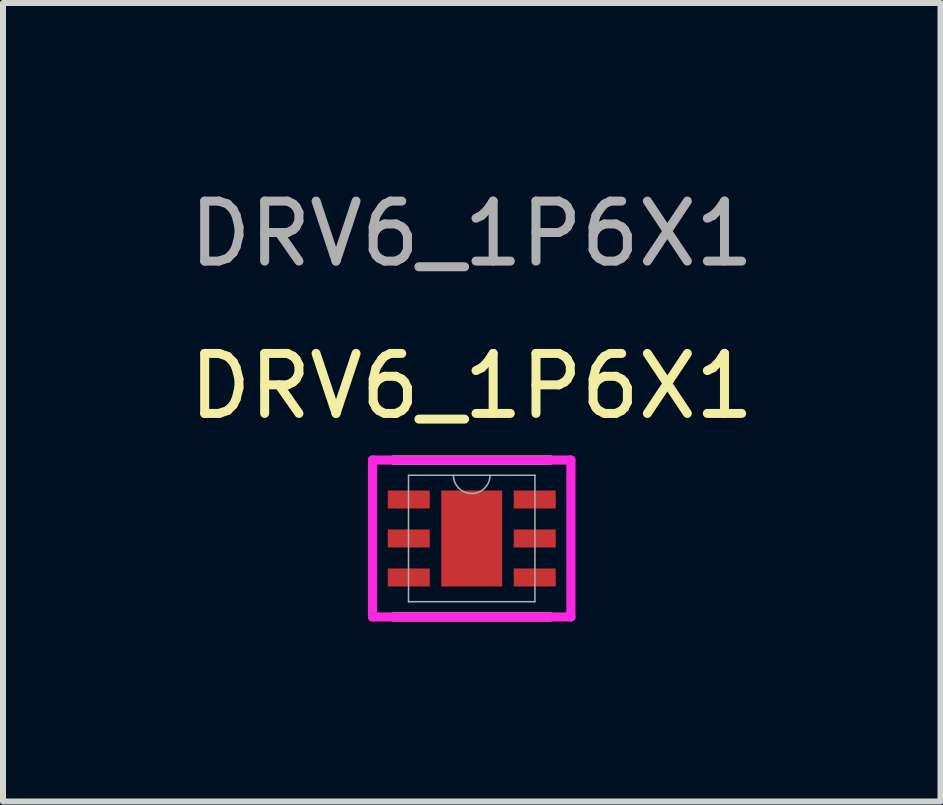
<source format=kicad_pcb>
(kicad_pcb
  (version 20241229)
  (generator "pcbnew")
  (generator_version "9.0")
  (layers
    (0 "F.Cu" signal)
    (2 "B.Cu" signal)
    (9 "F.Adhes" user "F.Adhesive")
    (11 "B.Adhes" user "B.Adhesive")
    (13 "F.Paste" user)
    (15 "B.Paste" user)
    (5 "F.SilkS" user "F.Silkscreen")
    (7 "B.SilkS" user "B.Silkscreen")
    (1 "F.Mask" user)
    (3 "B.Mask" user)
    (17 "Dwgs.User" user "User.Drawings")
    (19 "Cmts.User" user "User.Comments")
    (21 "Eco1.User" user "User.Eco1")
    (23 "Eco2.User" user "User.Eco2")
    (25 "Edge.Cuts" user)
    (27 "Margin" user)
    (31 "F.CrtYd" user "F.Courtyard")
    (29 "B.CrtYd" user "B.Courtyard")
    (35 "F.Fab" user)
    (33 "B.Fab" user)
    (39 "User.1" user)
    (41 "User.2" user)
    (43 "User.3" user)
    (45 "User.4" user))
  (footprint "DRV6_1P6X1"
    (layer "F.Cu")
    (at 4.815 5.928)
    (property "Reference" "DRV6_1P6X1" (at 0 -2.54 0) (unlocked yes) (layer "F.SilkS") (effects (font (size 1 1) (thickness 0.15))))
    (attr smd)
    (fp_poly (pts (xy -1.47 -0.87) (xy -1.47 -0.43) (xy -0.63 -0.43) (xy -0.63 -0.87)) (stroke (width 0) (type solid)) (fill yes) (layer "F.Mask"))
    (fp_poly (pts (xy -1.47 -0.22) (xy -1.47 0.22) (xy -0.63 0.22) (xy -0.63 -0.22)) (stroke (width 0) (type solid)) (fill yes) (layer "F.Mask"))
    (fp_poly (pts (xy -1.47 0.43) (xy -1.47 0.87) (xy -0.63 0.87) (xy -0.63 0.43)) (stroke (width 0) (type solid)) (fill yes) (layer "F.Mask"))
    (fp_poly (pts (xy -0.572 -0.864) (xy -0.2 -0.864) (xy -0.2 0.864) (xy -0.572 0.864)) (stroke (width 0) (type solid)) (fill yes) (layer "F.Mask"))
    (fp_poly (pts (xy -0.572 -0.864) (xy 0.572 -0.864) (xy 0.572 -0.594) (xy -0.572 -0.594)) (stroke (width 0) (type solid)) (fill yes) (layer "F.Mask"))
    (fp_poly (pts (xy -0.572 -0.194) (xy 0.572 -0.194) (xy 0.572 0.194) (xy -0.572 0.194)) (stroke (width 0) (type solid)) (fill yes) (layer "F.Mask"))
    (fp_poly (pts (xy -0.572 0.594) (xy 0.572 0.594) (xy 0.572 0.864) (xy -0.572 0.864)) (stroke (width 0) (type solid)) (fill yes) (layer "F.Mask"))
    (fp_poly (pts (xy 0.2 -0.864) (xy 0.572 -0.864) (xy 0.572 0.864) (xy 0.2 0.864)) (stroke (width 0) (type solid)) (fill yes) (layer "F.Mask"))
    (fp_poly (pts (xy 0.63 -0.87) (xy 0.63 -0.43) (xy 1.47 -0.43) (xy 1.47 -0.87)) (stroke (width 0) (type solid)) (fill yes) (layer "F.Mask"))
    (fp_poly (pts (xy 0.63 -0.22) (xy 0.63 0.22) (xy 1.47 0.22) (xy 1.47 -0.22)) (stroke (width 0) (type solid)) (fill yes) (layer "F.Mask"))
    (fp_poly (pts (xy 0.63 0.43) (xy 0.63 0.87) (xy 1.47 0.87) (xy 1.47 0.43)) (stroke (width 0) (type solid)) (fill yes) (layer "F.Mask"))
    (fp_line (start -1.308 1.308) (end 1.308 1.308) (stroke (width 0.152) (type solid)) (layer "F.SilkS"))
    (fp_line (start 1.308 -1.308) (end -1.308 -1.308) (stroke (width 0.152) (type solid)) (layer "F.SilkS"))
    (fp_poly (pts (xy -1.375 -0.775) (xy -1.375 -0.525) (xy -0.725 -0.525) (xy -0.725 -0.775)) (stroke (width 0) (type solid)) (fill yes) (layer "F.Paste"))
    (fp_poly (pts (xy -1.375 -0.125) (xy -1.375 0.125) (xy -0.725 0.125) (xy -0.725 -0.125)) (stroke (width 0) (type solid)) (fill yes) (layer "F.Paste"))
    (fp_poly (pts (xy -1.375 0.525) (xy -1.375 0.775) (xy -0.725 0.775) (xy -0.725 0.525)) (stroke (width 0) (type solid)) (fill yes) (layer "F.Paste"))
    (fp_poly (pts (xy 0.725 -0.775) (xy 0.725 -0.525) (xy 1.375 -0.525) (xy 1.375 -0.775)) (stroke (width 0) (type solid)) (fill yes) (layer "F.Paste"))
    (fp_poly (pts (xy 0.725 -0.125) (xy 0.725 0.125) (xy 1.375 0.125) (xy 1.375 -0.125)) (stroke (width 0) (type solid)) (fill yes) (layer "F.Paste"))
    (fp_poly (pts (xy 0.725 0.525) (xy 0.725 0.775) (xy 1.375 0.775) (xy 1.375 0.525)) (stroke (width 0) (type solid)) (fill yes) (layer "F.Paste"))
    (fp_poly (pts (xy -0.433 -0.725) (xy -0.433 -0.494) (xy -0.241 -0.494) (xy -0.1 -0.635) (xy -0.1 -0.725)) (stroke (width 0) (type solid)) (fill yes) (layer "F.Paste"))
    (fp_poly (pts (xy -0.433 0.494) (xy -0.433 0.725) (xy -0.1 0.725) (xy -0.1 0.635) (xy -0.241 0.494)) (stroke (width 0) (type solid)) (fill yes) (layer "F.Paste"))
    (fp_poly (pts (xy 0.1 -0.725) (xy 0.1 -0.635) (xy 0.241 -0.494) (xy 0.433 -0.494) (xy 0.433 -0.725)) (stroke (width 0) (type solid)) (fill yes) (layer "F.Paste"))
    (fp_poly (pts (xy 0.241 0.494) (xy 0.1 0.635) (xy 0.1 0.725) (xy 0.433 0.725) (xy 0.433 0.494)) (stroke (width 0) (type solid)) (fill yes) (layer "F.Paste"))
    (fp_poly (pts (xy -0.433 -0.294) (xy -0.433 0.294) (xy -0.241 0.294) (xy -0.1 0.152) (xy -0.1 -0.152) (xy -0.241 -0.294)) (stroke (width 0) (type solid)) (fill yes) (layer "F.Paste"))
    (fp_poly (pts (xy 0.241 -0.294) (xy 0.1 -0.152) (xy 0.1 0.152) (xy 0.241 0.294) (xy 0.433 0.294) (xy 0.433 -0.294)) (stroke (width 0) (type solid)) (fill yes) (layer "F.Paste"))
    (fp_line (start -1.654 -1.308) (end 1.654 -1.308) (stroke (width 0.152) (type solid)) (layer "F.CrtYd"))
    (fp_line (start -1.654 1.308) (end -1.654 -1.308) (stroke (width 0.152) (type solid)) (layer "F.CrtYd"))
    (fp_line (start 1.654 -1.308) (end 1.654 1.308) (stroke (width 0.152) (type solid)) (layer "F.CrtYd"))
    (fp_line (start 1.654 1.308) (end -1.654 1.308) (stroke (width 0.152) (type solid)) (layer "F.CrtYd"))
    (fp_line (start -1.054 -1.054) (end -1.054 1.054) (stroke (width 0.025) (type solid)) (layer "F.Fab"))
    (fp_line (start -1.054 1.054) (end 1.054 1.054) (stroke (width 0.025) (type solid)) (layer "F.Fab"))
    (fp_line (start 1.054 -1.054) (end -1.054 -1.054) (stroke (width 0.025) (type solid)) (layer "F.Fab"))
    (fp_line (start 1.054 1.054) (end 1.054 -1.054) (stroke (width 0.025) (type solid)) (layer "F.Fab"))
    (fp_arc (start 0.3048 -1.0541) (mid 0 -0.7493) (end -0.3048 -1.0541) (stroke (width 0.0254) (type solid)) (layer "F.Fab"))
    (fp_text user "${REFERENCE}" (at 0 -5.08 0) (unlocked yes) (layer "F.Fab") (effects (font (size 1 1) (thickness 0.15))))
    (pad "1" smd rect (at -1.05 -0.65) (size 0.7 0.3) (layers "F.Cu" "F.Mask"))
    (pad "2" smd rect (at -1.05 0) (size 0.7 0.3) (layers "F.Cu" "F.Mask"))
    (pad "3" smd rect (at -1.05 0.65) (size 0.7 0.3) (layers "F.Cu" "F.Mask"))
    (pad "4" smd rect (at 1.05 0.65) (size 0.7 0.3) (layers "F.Cu" "F.Mask"))
    (pad "5" smd rect (at 1.05 0) (size 0.7 0.3) (layers "F.Cu" "F.Mask"))
    (pad "6" smd rect (at 1.05 -0.65) (size 0.7 0.3) (layers "F.Cu" "F.Mask"))
    (pad "7" smd rect (at 0 0) (size 1.016 1.6) (layers "F.Cu")))
  (gr_rect
    (start -3 -3)
    (end 12.631 10.313)
    (stroke (width 0.1) (type default))
    (fill no)
    (layer "Edge.Cuts")))
</source>
